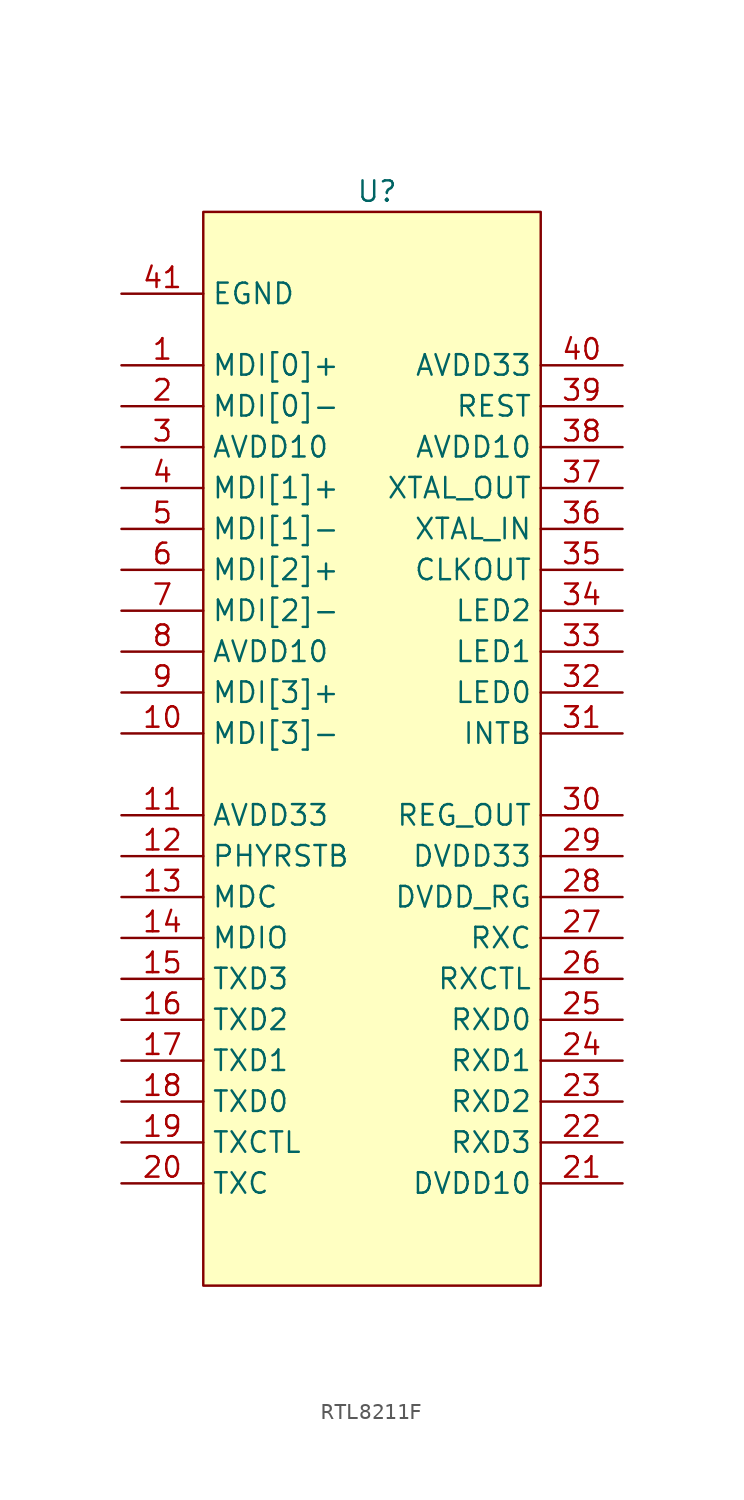
<source format=kicad_sym>
(kicad_symbol_lib
  (version 20220914)
  (generator kicad_symbol_editor)
  (symbol "RTL8211F"
    (property "Reference" "U"
      (at 0 0 0)
      (effects (font (size 1.27 1.27))))
    (property "Value" ""
      (at 0 0 0)
      (effects (font (size 1.27 1.27))))
    (symbol "RTL8211F_1_1"
      (rectangle (start -10.795 -1.27) (end 10.16 -67.945) (stroke (width 0) (type default)) (fill (type background)))
      (pin input line (at -15.875 -10.795 0) (length 5.08) (name "MDI[0]+" (effects (font (size 1.27 1.27)))) (number "1" (effects (font (size 1.27 1.27)))))
      (pin input line (at -15.875 -33.655 0) (length 5.08) (name "MDI[3]-" (effects (font (size 1.27 1.27)))) (number "10" (effects (font (size 1.27 1.27)))))
      (pin input line (at -15.875 -38.735 0) (length 5.08) (name "AVDD33" (effects (font (size 1.27 1.27)))) (number "11" (effects (font (size 1.27 1.27)))))
      (pin input line (at -15.875 -41.275 0) (length 5.08) (name "PHYRSTB" (effects (font (size 1.27 1.27)))) (number "12" (effects (font (size 1.27 1.27)))))
      (pin input line (at -15.875 -43.815 0) (length 5.08) (name "MDC" (effects (font (size 1.27 1.27)))) (number "13" (effects (font (size 1.27 1.27)))))
      (pin input line (at -15.875 -46.355 0) (length 5.08) (name "MDIO" (effects (font (size 1.27 1.27)))) (number "14" (effects (font (size 1.27 1.27)))))
      (pin input line (at -15.875 -48.895 0) (length 5.08) (name "TXD3" (effects (font (size 1.27 1.27)))) (number "15" (effects (font (size 1.27 1.27)))))
      (pin input line (at -15.875 -51.435 0) (length 5.08) (name "TXD2" (effects (font (size 1.27 1.27)))) (number "16" (effects (font (size 1.27 1.27)))))
      (pin input line (at -15.875 -53.975 0) (length 5.08) (name "TXD1" (effects (font (size 1.27 1.27)))) (number "17" (effects (font (size 1.27 1.27)))))
      (pin input line (at -15.875 -56.515 0) (length 5.08) (name "TXD0" (effects (font (size 1.27 1.27)))) (number "18" (effects (font (size 1.27 1.27)))))
      (pin input line (at -15.875 -59.055 0) (length 5.08) (name "TXCTL" (effects (font (size 1.27 1.27)))) (number "19" (effects (font (size 1.27 1.27)))))
      (pin input line (at -15.875 -13.335 0) (length 5.08) (name "MDI[0]-" (effects (font (size 1.27 1.27)))) (number "2" (effects (font (size 1.27 1.27)))))
      (pin input line (at -15.875 -61.595 0) (length 5.08) (name "TXC" (effects (font (size 1.27 1.27)))) (number "20" (effects (font (size 1.27 1.27)))))
      (pin input line (at 15.24 -61.595 180) (length 5.08) (name "DVDD10" (effects (font (size 1.27 1.27)))) (number "21" (effects (font (size 1.27 1.27)))))
      (pin input line (at 15.24 -59.055 180) (length 5.08) (name "RXD3" (effects (font (size 1.27 1.27)))) (number "22" (effects (font (size 1.27 1.27)))))
      (pin input line (at 15.24 -56.515 180) (length 5.08) (name "RXD2" (effects (font (size 1.27 1.27)))) (number "23" (effects (font (size 1.27 1.27)))))
      (pin input line (at 15.24 -53.975 180) (length 5.08) (name "RXD1" (effects (font (size 1.27 1.27)))) (number "24" (effects (font (size 1.27 1.27)))))
      (pin input line (at 15.24 -51.435 180) (length 5.08) (name "RXD0" (effects (font (size 1.27 1.27)))) (number "25" (effects (font (size 1.27 1.27)))))
      (pin input line (at 15.24 -48.895 180) (length 5.08) (name "RXCTL" (effects (font (size 1.27 1.27)))) (number "26" (effects (font (size 1.27 1.27)))))
      (pin input line (at 15.24 -46.355 180) (length 5.08) (name "RXC" (effects (font (size 1.27 1.27)))) (number "27" (effects (font (size 1.27 1.27)))))
      (pin input line (at 15.24 -43.815 180) (length 5.08) (name "DVDD_RG" (effects (font (size 1.27 1.27)))) (number "28" (effects (font (size 1.27 1.27)))))
      (pin input line (at 15.24 -41.275 180) (length 5.08) (name "DVDD33" (effects (font (size 1.27 1.27)))) (number "29" (effects (font (size 1.27 1.27)))))
      (pin input line (at -15.875 -15.875 0) (length 5.08) (name "AVDD10" (effects (font (size 1.27 1.27)))) (number "3" (effects (font (size 1.27 1.27)))))
      (pin input line (at 15.24 -38.735 180) (length 5.08) (name "REG_OUT" (effects (font (size 1.27 1.27)))) (number "30" (effects (font (size 1.27 1.27)))))
      (pin input line (at 15.24 -33.655 180) (length 5.08) (name "INTB" (effects (font (size 1.27 1.27)))) (number "31" (effects (font (size 1.27 1.27)))))
      (pin input line (at 15.24 -31.115 180) (length 5.08) (name "LED0" (effects (font (size 1.27 1.27)))) (number "32" (effects (font (size 1.27 1.27)))))
      (pin input line (at 15.24 -28.575 180) (length 5.08) (name "LED1" (effects (font (size 1.27 1.27)))) (number "33" (effects (font (size 1.27 1.27)))))
      (pin input line (at 15.24 -26.035 180) (length 5.08) (name "LED2" (effects (font (size 1.27 1.27)))) (number "34" (effects (font (size 1.27 1.27)))))
      (pin input line (at 15.24 -23.495 180) (length 5.08) (name "CLKOUT" (effects (font (size 1.27 1.27)))) (number "35" (effects (font (size 1.27 1.27)))))
      (pin input line (at 15.24 -20.955 180) (length 5.08) (name "XTAL_IN" (effects (font (size 1.27 1.27)))) (number "36" (effects (font (size 1.27 1.27)))))
      (pin input line (at 15.24 -18.415 180) (length 5.08) (name "XTAL_OUT" (effects (font (size 1.27 1.27)))) (number "37" (effects (font (size 1.27 1.27)))))
      (pin input line (at 15.24 -15.875 180) (length 5.08) (name "AVDD10" (effects (font (size 1.27 1.27)))) (number "38" (effects (font (size 1.27 1.27)))))
      (pin input line (at 15.24 -13.335 180) (length 5.08) (name "REST" (effects (font (size 1.27 1.27)))) (number "39" (effects (font (size 1.27 1.27)))))
      (pin input line (at -15.875 -18.415 0) (length 5.08) (name "MDI[1]+" (effects (font (size 1.27 1.27)))) (number "4" (effects (font (size 1.27 1.27)))))
      (pin input line (at 15.24 -10.795 180) (length 5.08) (name "AVDD33" (effects (font (size 1.27 1.27)))) (number "40" (effects (font (size 1.27 1.27)))))
      (pin input line (at -15.875 -6.35 0) (length 5.08) (name "EGND" (effects (font (size 1.27 1.27)))) (number "41" (effects (font (size 1.27 1.27)))))
      (pin input line (at -15.875 -20.955 0) (length 5.08) (name "MDI[1]-" (effects (font (size 1.27 1.27)))) (number "5" (effects (font (size 1.27 1.27)))))
      (pin input line (at -15.875 -23.495 0) (length 5.08) (name "MDI[2]+" (effects (font (size 1.27 1.27)))) (number "6" (effects (font (size 1.27 1.27)))))
      (pin input line (at -15.875 -26.035 0) (length 5.08) (name "MDI[2]-" (effects (font (size 1.27 1.27)))) (number "7" (effects (font (size 1.27 1.27)))))
      (pin input line (at -15.875 -28.575 0) (length 5.08) (name "AVDD10" (effects (font (size 1.27 1.27)))) (number "8" (effects (font (size 1.27 1.27)))))
      (pin input line (at -15.875 -31.115 0) (length 5.08) (name "MDI[3]+" (effects (font (size 1.27 1.27)))) (number "9" (effects (font (size 1.27 1.27))))))))
</source>
